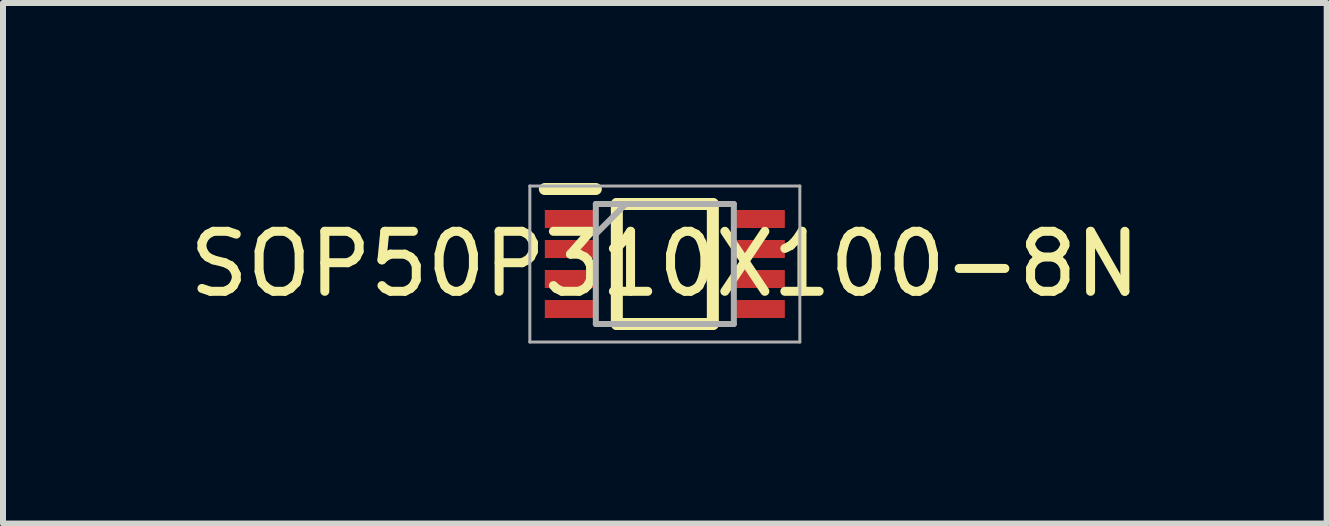
<source format=kicad_pcb>
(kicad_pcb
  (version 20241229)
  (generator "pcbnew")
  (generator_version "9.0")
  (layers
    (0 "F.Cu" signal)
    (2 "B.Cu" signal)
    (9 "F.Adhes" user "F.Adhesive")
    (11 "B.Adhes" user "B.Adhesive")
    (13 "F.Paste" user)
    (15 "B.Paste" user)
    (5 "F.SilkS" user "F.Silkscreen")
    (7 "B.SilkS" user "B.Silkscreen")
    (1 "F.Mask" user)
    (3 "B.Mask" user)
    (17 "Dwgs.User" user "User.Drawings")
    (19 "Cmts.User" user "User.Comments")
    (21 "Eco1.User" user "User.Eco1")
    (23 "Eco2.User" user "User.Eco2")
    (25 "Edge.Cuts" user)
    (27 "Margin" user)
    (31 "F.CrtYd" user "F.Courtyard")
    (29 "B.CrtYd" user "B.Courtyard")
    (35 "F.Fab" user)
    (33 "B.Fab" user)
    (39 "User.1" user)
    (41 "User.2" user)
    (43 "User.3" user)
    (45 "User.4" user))
  (footprint "SOP50P310X100-8N"
    (layer "F.Cu")
    (at 8.03 1.35)
    (property "Reference" "SOP50P310X100-8N" (at 0 0 0) (layer "F.SilkS") (effects (font (size 1 1) (thickness 0.15))))
    (attr smd)
    (fp_line (start -2 -1.25) (end -1.15 -1.25) (stroke (width 0.2) (type solid)) (layer "F.SilkS"))
    (fp_line (start -0.8 -1) (end 0.8 -1) (stroke (width 0.2) (type solid)) (layer "F.SilkS"))
    (fp_line (start -0.8 1) (end -0.8 -1) (stroke (width 0.2) (type solid)) (layer "F.SilkS"))
    (fp_line (start 0.8 -1) (end 0.8 1) (stroke (width 0.2) (type solid)) (layer "F.SilkS"))
    (fp_line (start 0.8 1) (end -0.8 1) (stroke (width 0.2) (type solid)) (layer "F.SilkS"))
    (fp_line (start -2.25 -1.3) (end 2.25 -1.3) (stroke (width 0.05) (type solid)) (layer "F.Fab"))
    (fp_line (start -2.25 1.3) (end -2.25 -1.3) (stroke (width 0.05) (type solid)) (layer "F.Fab"))
    (fp_line (start -1.15 -1) (end 1.15 -1) (stroke (width 0.1) (type solid)) (layer "F.Fab"))
    (fp_line (start -1.15 -0.5) (end -0.65 -1) (stroke (width 0.1) (type solid)) (layer "F.Fab"))
    (fp_line (start -1.15 1) (end -1.15 -1) (stroke (width 0.1) (type solid)) (layer "F.Fab"))
    (fp_line (start 1.15 -1) (end 1.15 1) (stroke (width 0.1) (type solid)) (layer "F.Fab"))
    (fp_line (start 1.15 1) (end -1.15 1) (stroke (width 0.1) (type solid)) (layer "F.Fab"))
    (fp_line (start 2.25 -1.3) (end 2.25 1.3) (stroke (width 0.05) (type solid)) (layer "F.Fab"))
    (fp_line (start 2.25 1.3) (end -2.25 1.3) (stroke (width 0.05) (type solid)) (layer "F.Fab"))
    (pad "1" smd rect (at -1.575 -0.75) (size 0.85 0.3) (layers "F.Cu" "F.Mask" "F.Paste"))
    (pad "2" smd rect (at -1.575 -0.25) (size 0.85 0.3) (layers "F.Cu" "F.Mask" "F.Paste"))
    (pad "3" smd rect (at -1.575 0.25) (size 0.85 0.3) (layers "F.Cu" "F.Mask" "F.Paste"))
    (pad "4" smd rect (at -1.575 0.75) (size 0.85 0.3) (layers "F.Cu" "F.Mask" "F.Paste"))
    (pad "5" smd rect (at 1.575 0.75) (size 0.85 0.3) (layers "F.Cu" "F.Mask" "F.Paste"))
    (pad "6" smd rect (at 1.575 0.25) (size 0.85 0.3) (layers "F.Cu" "F.Mask" "F.Paste"))
    (pad "7" smd rect (at 1.575 -0.25) (size 0.85 0.3) (layers "F.Cu" "F.Mask" "F.Paste"))
    (pad "8" smd rect (at 1.575 -0.75) (size 0.85 0.3) (layers "F.Cu" "F.Mask" "F.Paste")))
  (gr_rect
    (start -3 -3)
    (end 19.06 5.675)
    (stroke (width 0.1) (type default))
    (fill no)
    (layer "Edge.Cuts")))
</source>
